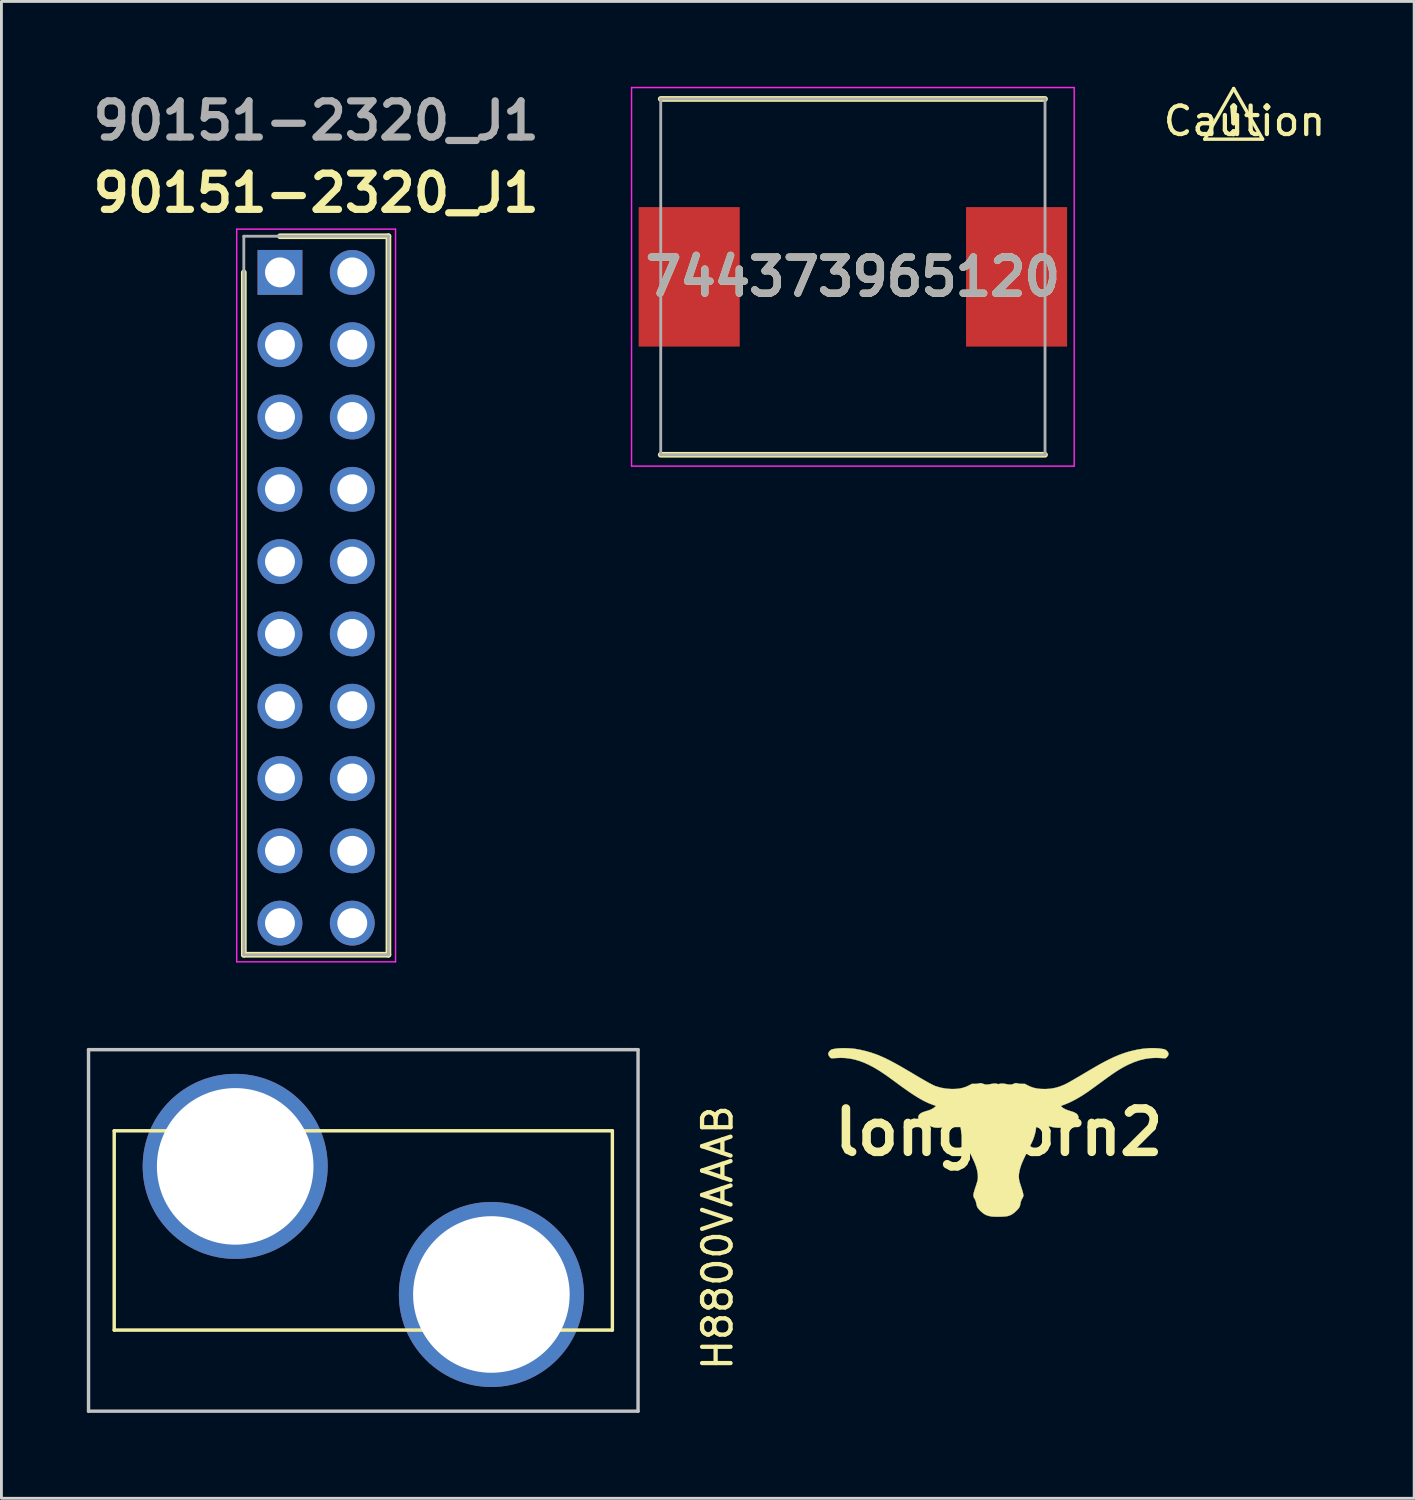
<source format=kicad_pcb>
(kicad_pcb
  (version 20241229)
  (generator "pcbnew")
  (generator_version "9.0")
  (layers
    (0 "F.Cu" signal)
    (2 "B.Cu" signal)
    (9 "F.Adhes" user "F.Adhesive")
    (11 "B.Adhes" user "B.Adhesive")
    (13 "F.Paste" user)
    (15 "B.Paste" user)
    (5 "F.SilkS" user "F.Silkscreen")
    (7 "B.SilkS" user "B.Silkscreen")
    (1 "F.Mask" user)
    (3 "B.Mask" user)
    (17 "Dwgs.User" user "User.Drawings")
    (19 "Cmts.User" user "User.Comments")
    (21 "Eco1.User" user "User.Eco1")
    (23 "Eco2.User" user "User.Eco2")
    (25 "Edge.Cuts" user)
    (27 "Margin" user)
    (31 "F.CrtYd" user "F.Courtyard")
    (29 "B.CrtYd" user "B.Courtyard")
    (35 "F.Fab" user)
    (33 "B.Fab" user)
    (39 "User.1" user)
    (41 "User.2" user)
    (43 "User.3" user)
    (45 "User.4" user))
  (footprint "744373965120"
    (layer "F.Cu")
    (at 26.911 6.675)
    (property "Reference" "744373965120" (at 0 0 0) (layer "F.SilkS") (effects (font (size 1.27 1.27) (thickness 0.254))))
    (attr smd)
    (fp_line (start -6.75 6.25) (end 6.75 6.25) (stroke (width 0.2) (type solid)) (layer "F.SilkS"))
    (fp_line (start 6.75 -6.25) (end -6.75 -6.25) (stroke (width 0.2) (type solid)) (layer "F.SilkS"))
    (fp_line (start -7.775 -6.65) (end 7.775 -6.65) (stroke (width 0.05) (type solid)) (layer "F.CrtYd"))
    (fp_line (start -7.775 6.65) (end -7.775 -6.65) (stroke (width 0.05) (type solid)) (layer "F.CrtYd"))
    (fp_line (start 7.775 -6.65) (end 7.775 6.65) (stroke (width 0.05) (type solid)) (layer "F.CrtYd"))
    (fp_line (start 7.775 6.65) (end -7.775 6.65) (stroke (width 0.05) (type solid)) (layer "F.CrtYd"))
    (fp_line (start -6.75 -6.25) (end 6.75 -6.25) (stroke (width 0.1) (type solid)) (layer "F.Fab"))
    (fp_line (start -6.75 6.25) (end -6.75 -6.25) (stroke (width 0.1) (type solid)) (layer "F.Fab"))
    (fp_line (start 6.75 -6.25) (end 6.75 6.25) (stroke (width 0.1) (type solid)) (layer "F.Fab"))
    (fp_line (start 6.75 6.25) (end -6.75 6.25) (stroke (width 0.1) (type solid)) (layer "F.Fab"))
    (fp_text user "${REFERENCE}" (at 0 0 0) (layer "F.Fab") (effects (font (size 1.27 1.27) (thickness 0.254))))
    (pad "1" smd rect (at -5.75 0) (size 3.55 4.9) (layers "F.Cu" "F.Mask" "F.Paste"))
    (pad "2" smd rect (at 5.75 0) (size 3.55 4.9) (layers "F.Cu" "F.Mask" "F.Paste")))
  (footprint "90151-2320_J1"
    (layer "F.Cu")
    (at 6.785 6.269)
    (property "Reference" "90151-2320_J1" (at 1.27 -2.54 0) (layer "F.SilkS") (effects (font (size 1.27 1.27) (thickness 0.254))))
    (attr through_hole)
    (fp_line (start -1.27 0.25) (end -1.27 24.22) (stroke (width 0.2) (type solid)) (layer "F.SilkS"))
    (fp_line (start -1.27 24.22) (end 3.81 24.22) (stroke (width 0.2) (type solid)) (layer "F.SilkS"))
    (fp_line (start 3.81 -1.02) (end 0 -1.02) (stroke (width 0.2) (type solid)) (layer "F.SilkS"))
    (fp_line (start 3.81 24.22) (end 3.81 -1.02) (stroke (width 0.2) (type solid)) (layer "F.SilkS"))
    (fp_line (start -1.52 -1.27) (end 4.06 -1.27) (stroke (width 0.05) (type solid)) (layer "F.CrtYd"))
    (fp_line (start -1.52 24.47) (end -1.52 -1.27) (stroke (width 0.05) (type solid)) (layer "F.CrtYd"))
    (fp_line (start 4.06 -1.27) (end 4.06 24.47) (stroke (width 0.05) (type solid)) (layer "F.CrtYd"))
    (fp_line (start 4.06 24.47) (end -1.52 24.47) (stroke (width 0.05) (type solid)) (layer "F.CrtYd"))
    (fp_line (start -1.27 -1.02) (end 3.81 -1.02) (stroke (width 0.1) (type solid)) (layer "F.Fab"))
    (fp_line (start -1.27 24.22) (end -1.27 -1.02) (stroke (width 0.1) (type solid)) (layer "F.Fab"))
    (fp_line (start 3.81 -1.02) (end 3.81 24.22) (stroke (width 0.1) (type solid)) (layer "F.Fab"))
    (fp_line (start 3.81 24.22) (end -1.27 24.22) (stroke (width 0.1) (type solid)) (layer "F.Fab"))
    (fp_text user "${REFERENCE}" (at 1.27 -5.08 0) (layer "F.Fab") (effects (font (size 1.27 1.27) (thickness 0.254))))
    (pad "1" thru_hole rect (at 0 0.25 270) (size 1.575 1.575) (drill 1.05) (layers "*.Cu" "*.Mask"))
    (pad "2" thru_hole circle (at 0 2.79 270) (size 1.575 1.575) (drill 1.05) (layers "*.Cu" "*.Mask"))
    (pad "3" thru_hole circle (at 0 5.33 270) (size 1.575 1.575) (drill 1.05) (layers "*.Cu" "*.Mask"))
    (pad "4" thru_hole circle (at 0 7.87 270) (size 1.575 1.575) (drill 1.05) (layers "*.Cu" "*.Mask"))
    (pad "5" thru_hole circle (at 0 10.41 270) (size 1.575 1.575) (drill 1.05) (layers "*.Cu" "*.Mask"))
    (pad "6" thru_hole circle (at 0 12.95 270) (size 1.575 1.575) (drill 1.05) (layers "*.Cu" "*.Mask"))
    (pad "7" thru_hole circle (at 0 15.49 270) (size 1.575 1.575) (drill 1.05) (layers "*.Cu" "*.Mask"))
    (pad "8" thru_hole circle (at 0 18.03 270) (size 1.575 1.575) (drill 1.05) (layers "*.Cu" "*.Mask"))
    (pad "9" thru_hole circle (at 0 20.57 270) (size 1.575 1.575) (drill 1.05) (layers "*.Cu" "*.Mask"))
    (pad "10" thru_hole circle (at 0 23.11 270) (size 1.575 1.575) (drill 1.05) (layers "*.Cu" "*.Mask"))
    (pad "21" thru_hole circle (at 2.54 0.25 270) (size 1.575 1.575) (drill 1.05) (layers "*.Cu" "*.Mask"))
    (pad "22" thru_hole circle (at 2.54 2.79 270) (size 1.575 1.575) (drill 1.05) (layers "*.Cu" "*.Mask"))
    (pad "23" thru_hole circle (at 2.54 5.33 270) (size 1.575 1.575) (drill 1.05) (layers "*.Cu" "*.Mask"))
    (pad "24" thru_hole circle (at 2.54 7.87 270) (size 1.575 1.575) (drill 1.05) (layers "*.Cu" "*.Mask"))
    (pad "25" thru_hole circle (at 2.54 10.41 270) (size 1.575 1.575) (drill 1.05) (layers "*.Cu" "*.Mask"))
    (pad "26" thru_hole circle (at 2.54 12.95 270) (size 1.575 1.575) (drill 1.05) (layers "*.Cu" "*.Mask"))
    (pad "27" thru_hole circle (at 2.54 15.49 270) (size 1.575 1.575) (drill 1.05) (layers "*.Cu" "*.Mask"))
    (pad "28" thru_hole circle (at 2.54 18.03 270) (size 1.575 1.575) (drill 1.05) (layers "*.Cu" "*.Mask"))
    (pad "29" thru_hole circle (at 2.54 20.57 270) (size 1.575 1.575) (drill 1.05) (layers "*.Cu" "*.Mask"))
    (pad "30" thru_hole circle (at 2.54 23.11 270) (size 1.575 1.575) (drill 1.05) (layers "*.Cu" "*.Mask")))
  (footprint "Caution"
    (layer "F.Cu")
    (at 40.288 1.838)
    (property "Reference" "Caution" (at 0.381 -0.635 0) (layer "F.SilkS") (effects (font (size 1 1) (thickness 0.15))))
    (attr through_hole)
    (fp_line (start -1.016 0) (end 0 -1.778) (stroke (width 0.12) (type solid)) (layer "F.SilkS"))
    (fp_line (start 0 -1.778) (end 1.016 0) (stroke (width 0.12) (type solid)) (layer "F.SilkS"))
    (fp_line (start 1.016 0) (end -1.016 0) (stroke (width 0.12) (type solid)) (layer "F.SilkS"))
    (fp_text user "!" (at 0 -0.635 0) (layer "F.SilkS") (effects (font (size 1 1) (thickness 0.15)))))
  (footprint "H8800VAAAB"
    (layer "F.Cu")
    (at 9.712 40.174)
    (property "Reference" "H8800VAAAB" (at 12.446 0.254 270) (layer "F.SilkS") (effects (font (size 1 1) (thickness 0.15))))
    (attr through_hole)
    (fp_line (start -8.75 -3.5) (end 8.75 -3.5) (stroke (width 0.12) (type solid)) (layer "F.SilkS"))
    (fp_line (start -8.75 3.5) (end -8.75 -3.5) (stroke (width 0.12) (type solid)) (layer "F.SilkS"))
    (fp_line (start 8.75 -3.5) (end 8.75 3.5) (stroke (width 0.12) (type solid)) (layer "F.SilkS"))
    (fp_line (start 8.75 3.5) (end -8.75 3.5) (stroke (width 0.12) (type solid)) (layer "F.SilkS"))
    (fp_line (start -9.652 -6.35) (end -9.652 6.35) (stroke (width 0.12) (type solid)) (layer "Dwgs.User"))
    (fp_line (start -9.652 6.35) (end 9.652 6.35) (stroke (width 0.12) (type solid)) (layer "Dwgs.User"))
    (fp_line (start 9.652 -6.35) (end -9.652 -6.35) (stroke (width 0.12) (type solid)) (layer "Dwgs.User"))
    (fp_line (start 9.652 6.35) (end 9.652 -6.35) (stroke (width 0.12) (type solid)) (layer "Dwgs.User"))
    (pad "1" thru_hole circle (at 4.5 2.25) (size 6.5 6.5) (drill 5.5) (layers "*.Cu" "*.Mask"))
    (pad "2" thru_hole circle (at -4.5 -2.25) (size 6.5 6.5) (drill 5.5) (layers "*.Cu" "*.Mask")))
  (footprint "longhorn2"
    (layer "F.Cu")
    (at 32.037 36.724)
    (property "Reference" "longhorn2" (at 0 0 180) (layer "F.SilkS") (effects (font (size 1.524 1.524) (thickness 0.3))))
    (attr through_hole)
    (fp_poly (pts (xy 5.623 -2.945) (xy 5.784 -2.921) (xy 5.803 -2.917) (xy 5.851 -2.899) (xy 5.894 -2.869) (xy 5.93 -2.831) (xy 5.954 -2.788) (xy 5.964 -2.744) (xy 5.964 -2.742) (xy 5.958 -2.719) (xy 5.943 -2.689) (xy 5.921 -2.657) (xy 5.897 -2.628) (xy 5.878 -2.611) (xy 5.867 -2.604) (xy 5.856 -2.599) (xy 5.84 -2.597) (xy 5.818 -2.597) (xy 5.784 -2.599) (xy 5.736 -2.603) (xy 5.716 -2.605) (xy 5.524 -2.613) (xy 5.333 -2.604) (xy 5.144 -2.577) (xy 4.956 -2.532) (xy 4.767 -2.469) (xy 4.577 -2.388) (xy 4.52 -2.361) (xy 4.452 -2.326) (xy 4.387 -2.291) (xy 4.322 -2.255) (xy 4.256 -2.216) (xy 4.188 -2.174) (xy 4.115 -2.127) (xy 4.037 -2.075) (xy 3.952 -2.016) (xy 3.858 -1.95) (xy 3.753 -1.874) (xy 3.637 -1.789) (xy 3.556 -1.73) (xy 3.481 -1.676) (xy 3.407 -1.621) (xy 3.335 -1.569) (xy 3.268 -1.521) (xy 3.208 -1.477) (xy 3.158 -1.441) (xy 3.119 -1.414) (xy 3.106 -1.405) (xy 2.914 -1.279) (xy 2.73 -1.17) (xy 2.553 -1.077) (xy 2.384 -1.001) (xy 2.255 -0.952) (xy 2.222 -0.94) (xy 2.196 -0.929) (xy 2.183 -0.922) (xy 2.183 -0.921) (xy 2.189 -0.91) (xy 2.207 -0.892) (xy 2.232 -0.871) (xy 2.26 -0.851) (xy 2.264 -0.848) (xy 2.333 -0.809) (xy 2.42 -0.774) (xy 2.507 -0.746) (xy 2.592 -0.72) (xy 2.659 -0.693) (xy 2.711 -0.664) (xy 2.75 -0.632) (xy 2.777 -0.596) (xy 2.794 -0.554) (xy 2.795 -0.551) (xy 2.802 -0.521) (xy 2.8 -0.499) (xy 2.791 -0.473) (xy 2.79 -0.47) (xy 2.758 -0.423) (xy 2.708 -0.377) (xy 2.641 -0.333) (xy 2.585 -0.304) (xy 2.499 -0.264) (xy 2.426 -0.232) (xy 2.366 -0.207) (xy 2.314 -0.188) (xy 2.268 -0.174) (xy 2.225 -0.165) (xy 2.183 -0.16) (xy 2.139 -0.158) (xy 2.09 -0.158) (xy 2.06 -0.159) (xy 1.961 -0.167) (xy 1.862 -0.185) (xy 1.759 -0.213) (xy 1.65 -0.253) (xy 1.531 -0.304) (xy 1.496 -0.321) (xy 1.456 -0.34) (xy 1.422 -0.355) (xy 1.397 -0.365) (xy 1.385 -0.368) (xy 1.368 -0.364) (xy 1.346 -0.354) (xy 1.345 -0.354) (xy 1.331 -0.346) (xy 1.323 -0.337) (xy 1.319 -0.323) (xy 1.317 -0.298) (xy 1.317 -0.264) (xy 1.311 -0.163) (xy 1.295 -0.052) (xy 1.269 0.064) (xy 1.234 0.18) (xy 1.207 0.253) (xy 1.196 0.28) (xy 1.177 0.321) (xy 1.152 0.374) (xy 1.122 0.436) (xy 1.089 0.506) (xy 1.053 0.579) (xy 1.015 0.655) (xy 1.012 0.663) (xy 0.959 0.769) (xy 0.914 0.86) (xy 0.877 0.939) (xy 0.845 1.008) (xy 0.819 1.069) (xy 0.797 1.123) (xy 0.779 1.172) (xy 0.764 1.22) (xy 0.75 1.266) (xy 0.749 1.27) (xy 0.73 1.347) (xy 0.716 1.412) (xy 0.708 1.47) (xy 0.704 1.528) (xy 0.704 1.56) (xy 0.705 1.602) (xy 0.709 1.641) (xy 0.715 1.682) (xy 0.725 1.727) (xy 0.74 1.78) (xy 0.76 1.845) (xy 0.786 1.922) (xy 0.817 2.019) (xy 0.841 2.1) (xy 0.856 2.165) (xy 0.864 2.214) (xy 0.865 2.231) (xy 0.86 2.253) (xy 0.847 2.284) (xy 0.829 2.319) (xy 0.801 2.369) (xy 0.78 2.423) (xy 0.763 2.485) (xy 0.752 2.545) (xy 0.743 2.585) (xy 0.729 2.622) (xy 0.708 2.658) (xy 0.678 2.697) (xy 0.636 2.74) (xy 0.593 2.783) (xy 0.525 2.841) (xy 0.462 2.885) (xy 0.398 2.918) (xy 0.328 2.941) (xy 0.292 2.95) (xy 0.25 2.956) (xy 0.193 2.962) (xy 0.126 2.966) (xy 0.052 2.968) (xy -0.024 2.969) (xy -0.098 2.969) (xy -0.166 2.967) (xy -0.223 2.964) (xy -0.263 2.959) (xy -0.351 2.941) (xy -0.427 2.917) (xy -0.494 2.885) (xy -0.559 2.841) (xy -0.625 2.784) (xy -0.65 2.76) (xy -0.697 2.71) (xy -0.732 2.667) (xy -0.756 2.627) (xy -0.772 2.586) (xy -0.781 2.546) (xy -0.801 2.455) (xy -0.828 2.379) (xy -0.86 2.319) (xy -0.875 2.293) (xy -0.886 2.267) (xy -0.891 2.238) (xy -0.892 2.204) (xy -0.887 2.164) (xy -0.876 2.115) (xy -0.859 2.055) (xy -0.836 1.982) (xy -0.81 1.902) (xy -0.791 1.845) (xy -0.774 1.79) (xy -0.759 1.74) (xy -0.748 1.701) (xy -0.743 1.677) (xy -0.735 1.613) (xy -0.735 1.538) (xy -0.742 1.456) (xy -0.755 1.372) (xy -0.769 1.307) (xy -0.783 1.256) (xy -0.798 1.207) (xy -0.815 1.159) (xy -0.834 1.108) (xy -0.857 1.053) (xy -0.884 0.992) (xy -0.917 0.922) (xy -0.955 0.841) (xy -1.002 0.747) (xy -1.03 0.69) (xy -1.068 0.614) (xy -1.104 0.54) (xy -1.138 0.471) (xy -1.168 0.407) (xy -1.193 0.353) (xy -1.213 0.31) (xy -1.225 0.282) (xy -1.226 0.28) (xy -1.274 0.145) (xy -1.311 0.015) (xy -1.334 -0.108) (xy -1.345 -0.222) (xy -1.345 -0.251) (xy -1.346 -0.29) (xy -1.348 -0.315) (xy -1.352 -0.33) (xy -1.361 -0.341) (xy -1.37 -0.349) (xy -1.392 -0.362) (xy -1.412 -0.368) (xy -1.413 -0.368) (xy -1.428 -0.364) (xy -1.456 -0.353) (xy -1.492 -0.338) (xy -1.522 -0.323) (xy -1.648 -0.266) (xy -1.765 -0.221) (xy -1.876 -0.189) (xy -1.983 -0.169) (xy -2.088 -0.16) (xy -2.152 -0.158) (xy -2.207 -0.16) (xy -2.258 -0.167) (xy -2.309 -0.179) (xy -2.366 -0.197) (xy -2.431 -0.222) (xy -2.485 -0.245) (xy -2.56 -0.278) (xy -2.62 -0.306) (xy -2.668 -0.331) (xy -2.706 -0.353) (xy -2.736 -0.375) (xy -2.762 -0.398) (xy -2.779 -0.415) (xy -2.811 -0.457) (xy -2.828 -0.497) (xy -2.829 -0.539) (xy -2.823 -0.563) (xy -2.805 -0.604) (xy -2.775 -0.639) (xy -2.733 -0.671) (xy -2.677 -0.699) (xy -2.605 -0.726) (xy -2.542 -0.744) (xy -2.492 -0.759) (xy -2.441 -0.777) (xy -2.396 -0.794) (xy -2.372 -0.804) (xy -2.338 -0.823) (xy -2.301 -0.846) (xy -2.267 -0.869) (xy -2.238 -0.891) (xy -2.218 -0.909) (xy -2.211 -0.919) (xy -2.219 -0.926) (xy -2.241 -0.936) (xy -2.274 -0.948) (xy -2.294 -0.956) (xy -2.383 -0.988) (xy -2.472 -1.024) (xy -2.563 -1.066) (xy -2.656 -1.113) (xy -2.754 -1.167) (xy -2.857 -1.228) (xy -2.968 -1.297) (xy -3.086 -1.375) (xy -3.214 -1.463) (xy -3.353 -1.561) (xy -3.505 -1.671) (xy -3.542 -1.698) (xy -3.618 -1.754) (xy -3.693 -1.809) (xy -3.767 -1.863) (xy -3.836 -1.913) (xy -3.898 -1.958) (xy -3.951 -1.996) (xy -3.993 -2.025) (xy -4.008 -2.035) (xy -4.197 -2.161) (xy -4.379 -2.27) (xy -4.555 -2.363) (xy -4.727 -2.441) (xy -4.895 -2.504) (xy -5.061 -2.553) (xy -5.225 -2.587) (xy -5.39 -2.607) (xy -5.556 -2.613) (xy -5.725 -2.606) (xy -5.765 -2.603) (xy -5.819 -2.598) (xy -5.859 -2.598) (xy -5.888 -2.602) (xy -5.911 -2.613) (xy -5.931 -2.632) (xy -5.953 -2.66) (xy -5.962 -2.673) (xy -5.985 -2.717) (xy -5.991 -2.76) (xy -5.979 -2.801) (xy -5.949 -2.845) (xy -5.928 -2.867) (xy -5.91 -2.884) (xy -5.891 -2.896) (xy -5.87 -2.906) (xy -5.841 -2.915) (xy -5.804 -2.923) (xy -5.753 -2.932) (xy -5.691 -2.941) (xy -5.625 -2.948) (xy -5.545 -2.952) (xy -5.456 -2.953) (xy -5.361 -2.952) (xy -5.265 -2.948) (xy -5.172 -2.942) (xy -5.088 -2.934) (xy -5.045 -2.928) (xy -4.855 -2.893) (xy -4.661 -2.847) (xy -4.47 -2.792) (xy -4.287 -2.728) (xy -4.205 -2.695) (xy -4.119 -2.658) (xy -4.031 -2.619) (xy -3.941 -2.576) (xy -3.847 -2.529) (xy -3.747 -2.477) (xy -3.64 -2.419) (xy -3.524 -2.355) (xy -3.398 -2.283) (xy -3.259 -2.202) (xy -3.107 -2.113) (xy -3.057 -2.083) (xy -2.921 -2.002) (xy -2.799 -1.93) (xy -2.691 -1.867) (xy -2.596 -1.812) (xy -2.512 -1.765) (xy -2.44 -1.725) (xy -2.378 -1.692) (xy -2.324 -1.665) (xy -2.279 -1.643) (xy -2.24 -1.626) (xy -2.211 -1.615) (xy -2.045 -1.566) (xy -1.877 -1.535) (xy -1.703 -1.52) (xy -1.624 -1.518) (xy -1.494 -1.522) (xy -1.377 -1.535) (xy -1.27 -1.558) (xy -1.169 -1.59) (xy -1.07 -1.634) (xy -1.054 -1.642) (xy -0.945 -1.698) (xy -0.842 -1.698) (xy -0.788 -1.7) (xy -0.745 -1.704) (xy -0.716 -1.709) (xy -0.71 -1.711) (xy -0.662 -1.723) (xy -0.609 -1.72) (xy -0.549 -1.7) (xy -0.547 -1.699) (xy -0.504 -1.684) (xy -0.46 -1.675) (xy -0.411 -1.674) (xy -0.352 -1.68) (xy -0.281 -1.693) (xy -0.279 -1.693) (xy -0.208 -1.705) (xy -0.15 -1.711) (xy -0.103 -1.709) (xy -0.061 -1.7) (xy -0.054 -1.698) (xy -0.025 -1.69) (xy -0.003 -1.69) (xy 0.024 -1.698) (xy 0.068 -1.708) (xy 0.122 -1.71) (xy 0.187 -1.704) (xy 0.251 -1.693) (xy 0.325 -1.68) (xy 0.387 -1.674) (xy 0.438 -1.676) (xy 0.482 -1.685) (xy 0.511 -1.696) (xy 0.556 -1.715) (xy 0.591 -1.724) (xy 0.62 -1.726) (xy 0.649 -1.719) (xy 0.659 -1.716) (xy 0.692 -1.707) (xy 0.736 -1.702) (xy 0.795 -1.699) (xy 0.809 -1.699) (xy 0.917 -1.698) (xy 1.007 -1.65) (xy 1.114 -1.6) (xy 1.222 -1.562) (xy 1.337 -1.537) (xy 1.463 -1.522) (xy 1.491 -1.52) (xy 1.668 -1.518) (xy 1.837 -1.532) (xy 2.001 -1.563) (xy 2.159 -1.611) (xy 2.315 -1.676) (xy 2.396 -1.717) (xy 2.426 -1.733) (xy 2.456 -1.75) (xy 2.487 -1.767) (xy 2.521 -1.786) (xy 2.559 -1.808) (xy 2.603 -1.833) (xy 2.652 -1.862) (xy 2.71 -1.895) (xy 2.776 -1.934) (xy 2.853 -1.979) (xy 2.941 -2.031) (xy 3.041 -2.09) (xy 3.155 -2.158) (xy 3.26 -2.22) (xy 3.437 -2.323) (xy 3.603 -2.416) (xy 3.757 -2.498) (xy 3.902 -2.571) (xy 4.039 -2.636) (xy 4.171 -2.693) (xy 4.3 -2.743) (xy 4.426 -2.787) (xy 4.552 -2.826) (xy 4.68 -2.86) (xy 4.685 -2.861) (xy 4.885 -2.905) (xy 5.081 -2.935) (xy 5.27 -2.952) (xy 5.451 -2.955) (xy 5.623 -2.945)) (stroke (width 0.01) (type solid)) (fill yes) (layer "F.SilkS")))
  (gr_rect
    (start -3 -3)
    (end 46.628 49.584)
    (stroke (width 0.1) (type default))
    (fill no)
    (layer "Edge.Cuts")))
</source>
